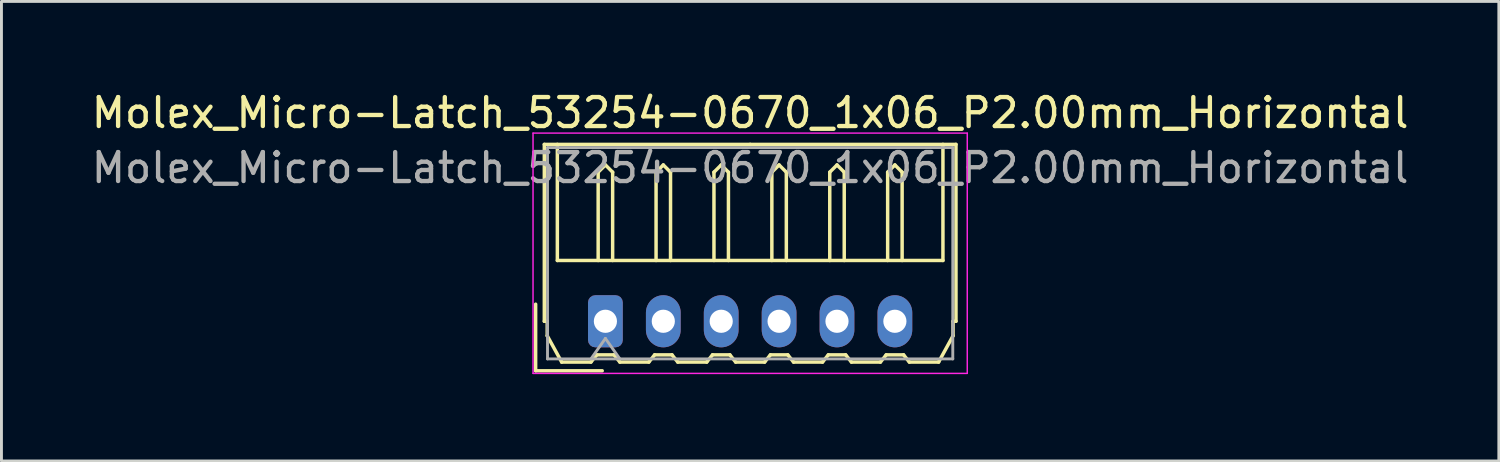
<source format=kicad_pcb>
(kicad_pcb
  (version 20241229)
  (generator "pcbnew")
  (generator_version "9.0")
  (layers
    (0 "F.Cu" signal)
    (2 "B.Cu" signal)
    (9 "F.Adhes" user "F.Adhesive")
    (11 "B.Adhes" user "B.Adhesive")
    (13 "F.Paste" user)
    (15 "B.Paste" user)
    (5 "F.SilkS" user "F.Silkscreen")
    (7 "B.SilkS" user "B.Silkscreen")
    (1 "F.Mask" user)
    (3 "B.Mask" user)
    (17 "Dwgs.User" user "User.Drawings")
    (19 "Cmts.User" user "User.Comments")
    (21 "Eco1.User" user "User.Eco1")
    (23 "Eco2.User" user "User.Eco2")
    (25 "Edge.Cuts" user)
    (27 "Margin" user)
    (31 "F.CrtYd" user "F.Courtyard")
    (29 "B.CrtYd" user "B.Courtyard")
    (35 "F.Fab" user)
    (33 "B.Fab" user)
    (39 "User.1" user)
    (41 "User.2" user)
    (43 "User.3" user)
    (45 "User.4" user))
  (footprint "Molex_Micro-Latch_53254-0670_1x06_P2.00mm_Horizontal"
    (layer "F.Cu")
    (at 17.863 8.048)
    (property "Reference" "Molex_Micro-Latch_53254-0670_1x06_P2.00mm_Horizontal" (at 5 -7.2 0) (layer "F.SilkS") (effects (font (size 1 1) (thickness 0.15))))
    (attr through_hole)
    (fp_line (start -2.41 1.71) (end -2.41 -0.59) (stroke (width 0.12) (type solid)) (layer "F.SilkS"))
    (fp_line (start -2.11 -6.11) (end 5 -6.11) (stroke (width 0.12) (type solid)) (layer "F.SilkS"))
    (fp_line (start -2.11 0) (end -2.11 -6.11) (stroke (width 0.12) (type solid)) (layer "F.SilkS"))
    (fp_line (start -2.01 0) (end -2.11 0) (stroke (width 0.12) (type solid)) (layer "F.SilkS"))
    (fp_line (start -2.01 0.5) (end -2.01 0) (stroke (width 0.12) (type solid)) (layer "F.SilkS"))
    (fp_line (start -1.66 -6.11) (end -1.66 -2.1) (stroke (width 0.12) (type solid)) (layer "F.SilkS"))
    (fp_line (start -1.66 -2.1) (end 11.66 -2.1) (stroke (width 0.12) (type solid)) (layer "F.SilkS"))
    (fp_line (start -1.51 1.41) (end -2.01 0.5) (stroke (width 0.12) (type solid)) (layer "F.SilkS"))
    (fp_line (start -0.5 1.41) (end -1.51 1.41) (stroke (width 0.12) (type solid)) (layer "F.SilkS"))
    (fp_line (start -0.3 1.16) (end -0.5 1.41) (stroke (width 0.12) (type solid)) (layer "F.SilkS"))
    (fp_line (start -0.3 1.16) (end 0.3 1.16) (stroke (width 0.12) (type solid)) (layer "F.SilkS"))
    (fp_line (start -0.25 -5.15) (end 0 -5.4) (stroke (width 0.12) (type solid)) (layer "F.SilkS"))
    (fp_line (start -0.25 -2.1) (end -0.25 -5.15) (stroke (width 0.12) (type solid)) (layer "F.SilkS"))
    (fp_line (start -0.11 1.71) (end -2.41 1.71) (stroke (width 0.12) (type solid)) (layer "F.SilkS"))
    (fp_line (start 0 -5.4) (end 0.25 -5.15) (stroke (width 0.12) (type solid)) (layer "F.SilkS"))
    (fp_line (start 0.25 -5.15) (end 0.25 -2.1) (stroke (width 0.12) (type solid)) (layer "F.SilkS"))
    (fp_line (start 0.3 1.16) (end 0.5 1.41) (stroke (width 0.12) (type solid)) (layer "F.SilkS"))
    (fp_line (start 0.5 1.41) (end 1.5 1.41) (stroke (width 0.12) (type solid)) (layer "F.SilkS"))
    (fp_line (start 1.5 1.41) (end 1.7 1.16) (stroke (width 0.12) (type solid)) (layer "F.SilkS"))
    (fp_line (start 1.7 1.16) (end 2.3 1.16) (stroke (width 0.12) (type solid)) (layer "F.SilkS"))
    (fp_line (start 1.75 -5.15) (end 2 -5.4) (stroke (width 0.12) (type solid)) (layer "F.SilkS"))
    (fp_line (start 1.75 -2.1) (end 1.75 -5.15) (stroke (width 0.12) (type solid)) (layer "F.SilkS"))
    (fp_line (start 2 -5.4) (end 2.25 -5.15) (stroke (width 0.12) (type solid)) (layer "F.SilkS"))
    (fp_line (start 2.25 -5.15) (end 2.25 -2.1) (stroke (width 0.12) (type solid)) (layer "F.SilkS"))
    (fp_line (start 2.3 1.16) (end 2.5 1.41) (stroke (width 0.12) (type solid)) (layer "F.SilkS"))
    (fp_line (start 2.5 1.41) (end 3.5 1.41) (stroke (width 0.12) (type solid)) (layer "F.SilkS"))
    (fp_line (start 3.5 1.41) (end 3.7 1.16) (stroke (width 0.12) (type solid)) (layer "F.SilkS"))
    (fp_line (start 3.7 1.16) (end 4.3 1.16) (stroke (width 0.12) (type solid)) (layer "F.SilkS"))
    (fp_line (start 3.75 -5.15) (end 4 -5.4) (stroke (width 0.12) (type solid)) (layer "F.SilkS"))
    (fp_line (start 3.75 -2.1) (end 3.75 -5.15) (stroke (width 0.12) (type solid)) (layer "F.SilkS"))
    (fp_line (start 4 -5.4) (end 4.25 -5.15) (stroke (width 0.12) (type solid)) (layer "F.SilkS"))
    (fp_line (start 4.25 -5.15) (end 4.25 -2.1) (stroke (width 0.12) (type solid)) (layer "F.SilkS"))
    (fp_line (start 4.3 1.16) (end 4.5 1.41) (stroke (width 0.12) (type solid)) (layer "F.SilkS"))
    (fp_line (start 4.5 1.41) (end 5.5 1.41) (stroke (width 0.12) (type solid)) (layer "F.SilkS"))
    (fp_line (start 5.5 1.41) (end 5.7 1.16) (stroke (width 0.12) (type solid)) (layer "F.SilkS"))
    (fp_line (start 5.7 1.16) (end 6.3 1.16) (stroke (width 0.12) (type solid)) (layer "F.SilkS"))
    (fp_line (start 5.75 -5.15) (end 6 -5.4) (stroke (width 0.12) (type solid)) (layer "F.SilkS"))
    (fp_line (start 5.75 -2.1) (end 5.75 -5.15) (stroke (width 0.12) (type solid)) (layer "F.SilkS"))
    (fp_line (start 6 -5.4) (end 6.25 -5.15) (stroke (width 0.12) (type solid)) (layer "F.SilkS"))
    (fp_line (start 6.25 -5.15) (end 6.25 -2.1) (stroke (width 0.12) (type solid)) (layer "F.SilkS"))
    (fp_line (start 6.3 1.16) (end 6.5 1.41) (stroke (width 0.12) (type solid)) (layer "F.SilkS"))
    (fp_line (start 6.5 1.41) (end 7.5 1.41) (stroke (width 0.12) (type solid)) (layer "F.SilkS"))
    (fp_line (start 7.5 1.41) (end 7.7 1.16) (stroke (width 0.12) (type solid)) (layer "F.SilkS"))
    (fp_line (start 7.7 1.16) (end 8.3 1.16) (stroke (width 0.12) (type solid)) (layer "F.SilkS"))
    (fp_line (start 7.75 -5.15) (end 8 -5.4) (stroke (width 0.12) (type solid)) (layer "F.SilkS"))
    (fp_line (start 7.75 -2.1) (end 7.75 -5.15) (stroke (width 0.12) (type solid)) (layer "F.SilkS"))
    (fp_line (start 8 -5.4) (end 8.25 -5.15) (stroke (width 0.12) (type solid)) (layer "F.SilkS"))
    (fp_line (start 8.25 -5.15) (end 8.25 -2.1) (stroke (width 0.12) (type solid)) (layer "F.SilkS"))
    (fp_line (start 8.3 1.16) (end 8.5 1.41) (stroke (width 0.12) (type solid)) (layer "F.SilkS"))
    (fp_line (start 8.5 1.41) (end 9.5 1.41) (stroke (width 0.12) (type solid)) (layer "F.SilkS"))
    (fp_line (start 9.5 1.41) (end 9.7 1.16) (stroke (width 0.12) (type solid)) (layer "F.SilkS"))
    (fp_line (start 9.7 1.16) (end 10.3 1.16) (stroke (width 0.12) (type solid)) (layer "F.SilkS"))
    (fp_line (start 9.75 -5.15) (end 10 -5.4) (stroke (width 0.12) (type solid)) (layer "F.SilkS"))
    (fp_line (start 9.75 -2.1) (end 9.75 -5.15) (stroke (width 0.12) (type solid)) (layer "F.SilkS"))
    (fp_line (start 10 -5.4) (end 10.25 -5.15) (stroke (width 0.12) (type solid)) (layer "F.SilkS"))
    (fp_line (start 10.25 -5.15) (end 10.25 -2.1) (stroke (width 0.12) (type solid)) (layer "F.SilkS"))
    (fp_line (start 10.3 1.16) (end 10.5 1.41) (stroke (width 0.12) (type solid)) (layer "F.SilkS"))
    (fp_line (start 10.5 1.41) (end 11.51 1.41) (stroke (width 0.12) (type solid)) (layer "F.SilkS"))
    (fp_line (start 11.51 1.41) (end 12.01 0.5) (stroke (width 0.12) (type solid)) (layer "F.SilkS"))
    (fp_line (start 11.66 -2.1) (end 11.66 -6.11) (stroke (width 0.12) (type solid)) (layer "F.SilkS"))
    (fp_line (start 12.01 0) (end 12.11 0) (stroke (width 0.12) (type solid)) (layer "F.SilkS"))
    (fp_line (start 12.01 0.5) (end 12.01 0) (stroke (width 0.12) (type solid)) (layer "F.SilkS"))
    (fp_line (start 12.11 -6.11) (end 5 -6.11) (stroke (width 0.12) (type solid)) (layer "F.SilkS"))
    (fp_line (start 12.11 0) (end 12.11 -6.11) (stroke (width 0.12) (type solid)) (layer "F.SilkS"))
    (fp_line (start -2.5 -6.5) (end -2.5 1.8) (stroke (width 0.05) (type solid)) (layer "F.CrtYd"))
    (fp_line (start -2.5 1.8) (end 12.5 1.8) (stroke (width 0.05) (type solid)) (layer "F.CrtYd"))
    (fp_line (start 12.5 -6.5) (end -2.5 -6.5) (stroke (width 0.05) (type solid)) (layer "F.CrtYd"))
    (fp_line (start 12.5 1.8) (end 12.5 -6.5) (stroke (width 0.05) (type solid)) (layer "F.CrtYd"))
    (fp_line (start -2 -6) (end -2 1.3) (stroke (width 0.1) (type solid)) (layer "F.Fab"))
    (fp_line (start -2 1.3) (end 12 1.3) (stroke (width 0.1) (type solid)) (layer "F.Fab"))
    (fp_line (start -0.5 1.3) (end 0 0.593) (stroke (width 0.1) (type solid)) (layer "F.Fab"))
    (fp_line (start 0 0.593) (end 0.5 1.3) (stroke (width 0.1) (type solid)) (layer "F.Fab"))
    (fp_line (start 12 -6) (end -2 -6) (stroke (width 0.1) (type solid)) (layer "F.Fab"))
    (fp_line (start 12 1.3) (end 12 -6) (stroke (width 0.1) (type solid)) (layer "F.Fab"))
    (fp_text user "${REFERENCE}" (at 5 -5.3 0) (layer "F.Fab") (effects (font (size 1 1) (thickness 0.15))))
    (pad "1" thru_hole roundrect (at 0 0) (size 1.2 1.8) (drill 0.8) (layers "*.Cu" "*.Mask") (roundrect_rratio 0.208))
    (pad "2" thru_hole oval (at 2 0) (size 1.2 1.8) (drill 0.8) (layers "*.Cu" "*.Mask"))
    (pad "3" thru_hole oval (at 4 0) (size 1.2 1.8) (drill 0.8) (layers "*.Cu" "*.Mask"))
    (pad "4" thru_hole oval (at 6 0) (size 1.2 1.8) (drill 0.8) (layers "*.Cu" "*.Mask"))
    (pad "5" thru_hole oval (at 8 0) (size 1.2 1.8) (drill 0.8) (layers "*.Cu" "*.Mask"))
    (pad "6" thru_hole oval (at 10 0) (size 1.2 1.8) (drill 0.8) (layers "*.Cu" "*.Mask")))
  (gr_rect
    (start -3 -3)
    (end 48.726 12.873)
    (stroke (width 0.1) (type default))
    (fill no)
    (layer "Edge.Cuts")))
</source>
